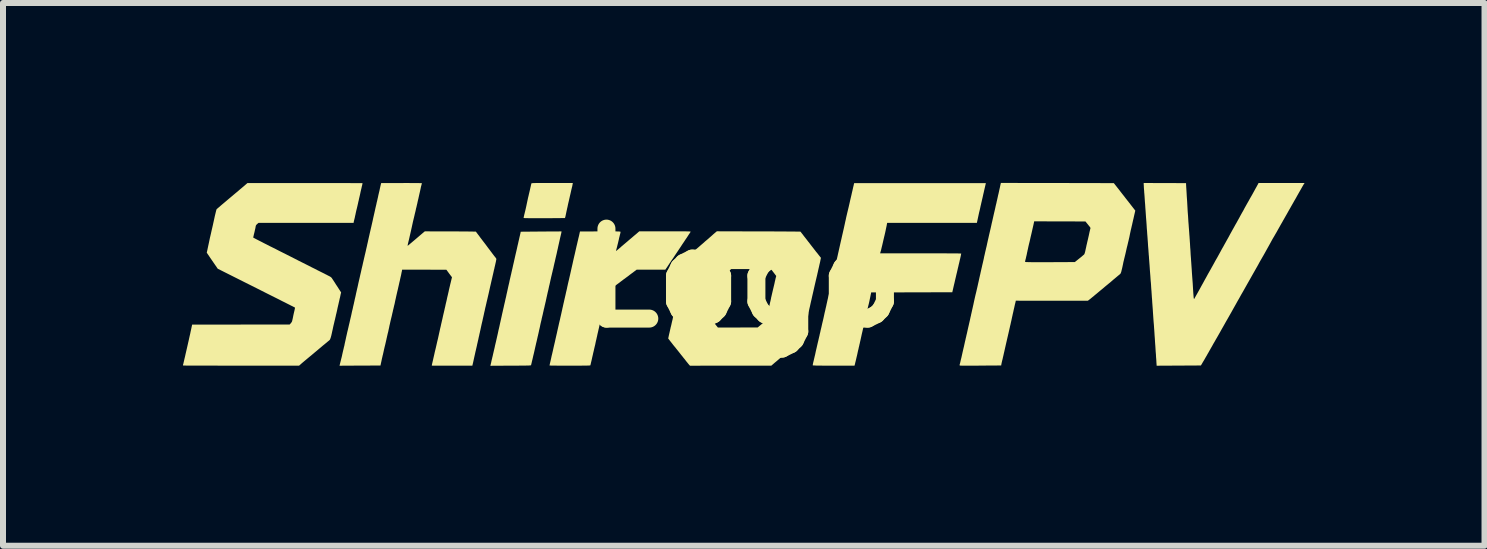
<source format=kicad_pcb>
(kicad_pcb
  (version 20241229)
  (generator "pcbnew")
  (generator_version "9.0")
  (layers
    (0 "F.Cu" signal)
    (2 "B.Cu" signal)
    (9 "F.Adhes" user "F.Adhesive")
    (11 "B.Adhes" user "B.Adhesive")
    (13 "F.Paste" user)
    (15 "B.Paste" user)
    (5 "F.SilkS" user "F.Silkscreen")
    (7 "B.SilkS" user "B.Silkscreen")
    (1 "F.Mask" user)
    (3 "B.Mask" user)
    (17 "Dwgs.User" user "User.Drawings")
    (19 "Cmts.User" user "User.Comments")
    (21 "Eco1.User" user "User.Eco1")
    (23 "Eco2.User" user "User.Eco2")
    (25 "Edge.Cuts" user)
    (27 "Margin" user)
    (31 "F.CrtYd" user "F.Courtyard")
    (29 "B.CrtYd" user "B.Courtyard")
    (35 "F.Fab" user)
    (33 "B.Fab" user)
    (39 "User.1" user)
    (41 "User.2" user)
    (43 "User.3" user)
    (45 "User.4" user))
  (footprint "Logo"
    (layer "F.Cu")
    (at 9.346 1.583)
    (property "Reference" "Logo" (at 0 0 0) (layer "F.SilkS") (effects (font (size 1.5 1.5) (thickness 0.3))))
    (attr board_only exclude_from_pos_files exclude_from_bom)
    (fp_poly (pts (xy -2.85 -1.562) (xy -2.853 -1.544) (xy -2.857 -1.524) (xy -2.86 -1.514) (xy -2.864 -1.497) (xy -2.87 -1.472) (xy -2.877 -1.441) (xy -2.885 -1.405) (xy -2.894 -1.367) (xy -2.903 -1.327) (xy -2.912 -1.287) (xy -2.921 -1.249) (xy -2.929 -1.214) (xy -2.935 -1.183) (xy -2.941 -1.159) (xy -2.944 -1.142) (xy -2.945 -1.14) (xy -2.955 -1.093) (xy -2.963 -1.055) (xy -2.969 -1.026) (xy -2.974 -1.008) (xy -2.978 -0.998) (xy -2.978 -0.998) (xy -2.984 -0.997) (xy -2.998 -0.997) (xy -3.02 -0.997) (xy -3.05 -0.997) (xy -3.087 -0.996) (xy -3.129 -0.996) (xy -3.176 -0.996) (xy -3.228 -0.995) (xy -3.283 -0.995) (xy -3.323 -0.995) (xy -3.396 -0.995) (xy -3.459 -0.995) (xy -3.513 -0.995) (xy -3.559 -0.995) (xy -3.596 -0.996) (xy -3.625 -0.996) (xy -3.646 -0.997) (xy -3.659 -0.998) (xy -3.665 -0.999) (xy -3.666 -0.999) (xy -3.666 -1.006) (xy -3.663 -1.02) (xy -3.659 -1.039) (xy -3.654 -1.062) (xy -3.653 -1.063) (xy -3.646 -1.093) (xy -3.638 -1.125) (xy -3.63 -1.16) (xy -3.621 -1.201) (xy -3.611 -1.249) (xy -3.604 -1.282) (xy -3.599 -1.305) (xy -3.593 -1.334) (xy -3.585 -1.366) (xy -3.578 -1.398) (xy -3.575 -1.409) (xy -3.568 -1.439) (xy -3.561 -1.469) (xy -3.555 -1.497) (xy -3.55 -1.519) (xy -3.548 -1.526) (xy -3.544 -1.546) (xy -3.54 -1.562) (xy -3.538 -1.572) (xy -3.538 -1.574) (xy -3.537 -1.575) (xy -3.534 -1.577) (xy -3.53 -1.578) (xy -3.524 -1.579) (xy -3.514 -1.58) (xy -3.5 -1.581) (xy -3.481 -1.581) (xy -3.457 -1.582) (xy -3.427 -1.582) (xy -3.391 -1.582) (xy -3.347 -1.582) (xy -3.295 -1.582) (xy -3.235 -1.582) (xy -3.191 -1.582) (xy -2.846 -1.582)) (stroke (width 0) (type solid)) (fill yes) (layer "F.SilkS"))
    (fp_poly (pts (xy -3.048 -0.775) (xy -3.036 -0.774) (xy -3.034 -0.774) (xy -3.034 -0.769) (xy -3.037 -0.758) (xy -3.04 -0.742) (xy -3.044 -0.727) (xy -3.048 -0.708) (xy -3.054 -0.683) (xy -3.061 -0.653) (xy -3.069 -0.616) (xy -3.079 -0.571) (xy -3.091 -0.518) (xy -3.096 -0.493) (xy -3.106 -0.451) (xy -3.115 -0.408) (xy -3.125 -0.366) (xy -3.134 -0.328) (xy -3.141 -0.296) (xy -3.145 -0.278) (xy -3.148 -0.265) (xy -3.153 -0.246) (xy -3.157 -0.227) (xy -3.161 -0.211) (xy -3.166 -0.187) (xy -3.172 -0.159) (xy -3.18 -0.129) (xy -3.184 -0.11) (xy -3.192 -0.077) (xy -3.2 -0.043) (xy -3.208 -0.01) (xy -3.214 0.018) (xy -3.217 0.029) (xy -3.222 0.053) (xy -3.227 0.076) (xy -3.231 0.093) (xy -3.233 0.103) (xy -3.236 0.116) (xy -3.241 0.135) (xy -3.245 0.154) (xy -3.25 0.177) (xy -3.255 0.201) (xy -3.259 0.217) (xy -3.263 0.233) (xy -3.268 0.255) (xy -3.274 0.282) (xy -3.28 0.31) (xy -3.282 0.317) (xy -3.289 0.351) (xy -3.295 0.377) (xy -3.299 0.397) (xy -3.303 0.412) (xy -3.306 0.425) (xy -3.308 0.437) (xy -3.312 0.45) (xy -3.315 0.465) (xy -3.316 0.469) (xy -3.322 0.496) (xy -3.33 0.527) (xy -3.336 0.556) (xy -3.338 0.564) (xy -3.343 0.586) (xy -3.349 0.614) (xy -3.357 0.646) (xy -3.365 0.679) (xy -3.369 0.701) (xy -3.378 0.737) (xy -3.387 0.776) (xy -3.395 0.816) (xy -3.403 0.852) (xy -3.407 0.867) (xy -3.413 0.896) (xy -3.419 0.924) (xy -3.425 0.949) (xy -3.429 0.968) (xy -3.431 0.974) (xy -3.434 0.988) (xy -3.439 1.01) (xy -3.445 1.037) (xy -3.452 1.067) (xy -3.46 1.099) (xy -3.46 1.101) (xy -3.471 1.148) (xy -3.48 1.188) (xy -3.488 1.224) (xy -3.496 1.259) (xy -3.505 1.295) (xy -3.514 1.335) (xy -3.521 1.365) (xy -3.528 1.392) (xy -3.533 1.416) (xy -3.538 1.435) (xy -3.541 1.448) (xy -3.542 1.452) (xy -3.542 1.454) (xy -3.544 1.456) (xy -3.547 1.457) (xy -3.552 1.458) (xy -3.561 1.459) (xy -3.573 1.46) (xy -3.59 1.461) (xy -3.612 1.461) (xy -3.639 1.462) (xy -3.673 1.462) (xy -3.714 1.462) (xy -3.762 1.463) (xy -3.82 1.463) (xy -3.882 1.463) (xy -4.221 1.465) (xy -4.218 1.454) (xy -4.216 1.445) (xy -4.212 1.428) (xy -4.207 1.408) (xy -4.205 1.397) (xy -4.2 1.374) (xy -4.195 1.354) (xy -4.191 1.338) (xy -4.19 1.333) (xy -4.188 1.323) (xy -4.183 1.305) (xy -4.178 1.281) (xy -4.172 1.255) (xy -4.168 1.238) (xy -4.16 1.204) (xy -4.151 1.166) (xy -4.143 1.128) (xy -4.135 1.095) (xy -4.134 1.089) (xy -4.129 1.07) (xy -4.123 1.043) (xy -4.115 1.008) (xy -4.106 0.968) (xy -4.096 0.924) (xy -4.086 0.876) (xy -4.074 0.826) (xy -4.063 0.776) (xy -4.063 0.774) (xy -4.052 0.726) (xy -4.042 0.68) (xy -4.032 0.636) (xy -4.024 0.598) (xy -4.016 0.564) (xy -4.01 0.536) (xy -4.005 0.516) (xy -4.003 0.504) (xy -4.002 0.503) (xy -3.996 0.475) (xy -3.988 0.439) (xy -3.978 0.397) (xy -3.968 0.351) (xy -3.956 0.301) (xy -3.954 0.288) (xy -3.941 0.231) (xy -3.929 0.176) (xy -3.918 0.126) (xy -3.907 0.08) (xy -3.899 0.04) (xy -3.891 0.006) (xy -3.885 -0.02) (xy -3.881 -0.038) (xy -3.88 -0.042) (xy -3.875 -0.062) (xy -3.869 -0.09) (xy -3.861 -0.125) (xy -3.852 -0.163) (xy -3.843 -0.205) (xy -3.833 -0.248) (xy -3.831 -0.256) (xy -3.815 -0.328) (xy -3.801 -0.39) (xy -3.788 -0.445) (xy -3.777 -0.493) (xy -3.768 -0.535) (xy -3.759 -0.572) (xy -3.752 -0.605) (xy -3.745 -0.634) (xy -3.741 -0.652) (xy -3.735 -0.679) (xy -3.729 -0.704) (xy -3.724 -0.727) (xy -3.72 -0.742) (xy -3.72 -0.743) (xy -3.715 -0.77) (xy -3.375 -0.773) (xy -3.318 -0.773) (xy -3.264 -0.774) (xy -3.214 -0.774) (xy -3.169 -0.774) (xy -3.129 -0.774) (xy -3.094 -0.774) (xy -3.067 -0.775)) (stroke (width 0) (type solid)) (fill yes) (layer "F.SilkS"))
    (fp_poly (pts (xy 4.037 -1.568) (xy 4.035 -1.559) (xy 4.031 -1.542) (xy 4.026 -1.52) (xy 4.02 -1.495) (xy 4.017 -1.482) (xy 4.01 -1.452) (xy 4.003 -1.42) (xy 3.996 -1.391) (xy 3.991 -1.367) (xy 3.99 -1.363) (xy 3.984 -1.336) (xy 3.977 -1.307) (xy 3.971 -1.28) (xy 3.97 -1.275) (xy 3.964 -1.251) (xy 3.958 -1.223) (xy 3.951 -1.194) (xy 3.948 -1.179) (xy 3.943 -1.156) (xy 3.938 -1.134) (xy 3.934 -1.117) (xy 3.932 -1.109) (xy 3.929 -1.098) (xy 3.925 -1.08) (xy 3.92 -1.057) (xy 3.914 -1.029) (xy 3.909 -1.005) (xy 3.89 -0.918) (xy 3.142 -0.918) (xy 2.394 -0.918) (xy 2.392 -0.905) (xy 2.389 -0.892) (xy 2.386 -0.873) (xy 2.381 -0.85) (xy 2.376 -0.826) (xy 2.371 -0.803) (xy 2.369 -0.791) (xy 2.366 -0.779) (xy 2.362 -0.759) (xy 2.356 -0.734) (xy 2.35 -0.707) (xy 2.347 -0.696) (xy 2.339 -0.662) (xy 2.33 -0.623) (xy 2.321 -0.584) (xy 2.313 -0.55) (xy 2.313 -0.549) (xy 2.306 -0.521) (xy 2.299 -0.492) (xy 2.293 -0.467) (xy 2.288 -0.448) (xy 2.286 -0.443) (xy 2.277 -0.41) (xy 2.953 -0.41) (xy 3.059 -0.41) (xy 3.155 -0.41) (xy 3.242 -0.41) (xy 3.319 -0.41) (xy 3.388 -0.409) (xy 3.447 -0.409) (xy 3.498 -0.409) (xy 3.54 -0.408) (xy 3.574 -0.408) (xy 3.6 -0.407) (xy 3.617 -0.406) (xy 3.627 -0.406) (xy 3.629 -0.405) (xy 3.627 -0.397) (xy 3.624 -0.38) (xy 3.619 -0.356) (xy 3.612 -0.325) (xy 3.603 -0.288) (xy 3.599 -0.269) (xy 3.593 -0.243) (xy 3.587 -0.22) (xy 3.583 -0.201) (xy 3.58 -0.188) (xy 3.58 -0.188) (xy 3.577 -0.176) (xy 3.572 -0.156) (xy 3.567 -0.133) (xy 3.561 -0.108) (xy 3.561 -0.107) (xy 3.556 -0.086) (xy 3.549 -0.058) (xy 3.541 -0.023) (xy 3.532 0.015) (xy 3.523 0.054) (xy 3.514 0.094) (xy 3.513 0.096) (xy 3.48 0.239) (xy 2.804 0.241) (xy 2.128 0.242) (xy 2.112 0.32) (xy 2.105 0.353) (xy 2.098 0.388) (xy 2.09 0.423) (xy 2.083 0.452) (xy 2.081 0.459) (xy 2.072 0.496) (xy 2.062 0.541) (xy 2.051 0.591) (xy 2.039 0.644) (xy 2.032 0.679) (xy 2.028 0.693) (xy 2.024 0.714) (xy 2.017 0.743) (xy 2.008 0.781) (xy 1.997 0.827) (xy 1.992 0.847) (xy 1.981 0.896) (xy 1.971 0.938) (xy 1.962 0.98) (xy 1.952 1.025) (xy 1.947 1.048) (xy 1.941 1.073) (xy 1.936 1.097) (xy 1.931 1.116) (xy 1.929 1.128) (xy 1.926 1.141) (xy 1.921 1.16) (xy 1.916 1.185) (xy 1.909 1.212) (xy 1.906 1.226) (xy 1.894 1.282) (xy 1.882 1.332) (xy 1.872 1.376) (xy 1.863 1.411) (xy 1.858 1.434) (xy 1.85 1.463) (xy 1.501 1.463) (xy 1.434 1.463) (xy 1.376 1.463) (xy 1.326 1.463) (xy 1.284 1.462) (xy 1.249 1.462) (xy 1.221 1.462) (xy 1.199 1.461) (xy 1.182 1.46) (xy 1.169 1.46) (xy 1.161 1.459) (xy 1.156 1.458) (xy 1.153 1.456) (xy 1.153 1.455) (xy 1.154 1.448) (xy 1.157 1.433) (xy 1.161 1.413) (xy 1.167 1.389) (xy 1.17 1.377) (xy 1.176 1.35) (xy 1.182 1.325) (xy 1.187 1.303) (xy 1.191 1.288) (xy 1.192 1.284) (xy 1.198 1.256) (xy 1.206 1.218) (xy 1.217 1.171) (xy 1.23 1.114) (xy 1.238 1.079) (xy 1.246 1.047) (xy 1.253 1.015) (xy 1.26 0.986) (xy 1.266 0.961) (xy 1.269 0.945) (xy 1.273 0.928) (xy 1.279 0.904) (xy 1.285 0.875) (xy 1.293 0.842) (xy 1.301 0.808) (xy 1.303 0.798) (xy 1.312 0.758) (xy 1.323 0.713) (xy 1.334 0.665) (xy 1.344 0.619) (xy 1.352 0.581) (xy 1.361 0.545) (xy 1.369 0.507) (xy 1.378 0.47) (xy 1.385 0.436) (xy 1.391 0.41) (xy 1.392 0.405) (xy 1.398 0.377) (xy 1.406 0.343) (xy 1.414 0.306) (xy 1.423 0.27) (xy 1.427 0.252) (xy 1.435 0.215) (xy 1.444 0.173) (xy 1.454 0.131) (xy 1.463 0.092) (xy 1.466 0.078) (xy 1.473 0.048) (xy 1.48 0.019) (xy 1.486 -0.007) (xy 1.49 -0.027) (xy 1.492 -0.037) (xy 1.496 -0.051) (xy 1.5 -0.072) (xy 1.506 -0.099) (xy 1.513 -0.129) (xy 1.521 -0.161) (xy 1.521 -0.164) (xy 1.529 -0.196) (xy 1.538 -0.235) (xy 1.547 -0.279) (xy 1.558 -0.324) (xy 1.568 -0.368) (xy 1.575 -0.4) (xy 1.585 -0.444) (xy 1.596 -0.493) (xy 1.608 -0.547) (xy 1.62 -0.6) (xy 1.632 -0.652) (xy 1.641 -0.693) (xy 1.651 -0.736) (xy 1.661 -0.78) (xy 1.671 -0.824) (xy 1.68 -0.865) (xy 1.688 -0.901) (xy 1.694 -0.93) (xy 1.695 -0.935) (xy 1.703 -0.968) (xy 1.71 -1.003) (xy 1.718 -1.038) (xy 1.725 -1.067) (xy 1.728 -1.081) (xy 1.739 -1.126) (xy 1.752 -1.18) (xy 1.766 -1.241) (xy 1.781 -1.308) (xy 1.798 -1.38) (xy 1.807 -1.421) (xy 1.815 -1.454) (xy 1.822 -1.485) (xy 1.828 -1.513) (xy 1.834 -1.536) (xy 1.837 -1.551) (xy 1.838 -1.555) (xy 1.844 -1.58) (xy 2.942 -1.58) (xy 4.04 -1.58)) (stroke (width 0) (type solid)) (fill yes) (layer "F.SilkS"))
    (fp_poly (pts (xy -1.063 -0.776) (xy -1.021 -0.776) (xy -0.987 -0.776) (xy -0.958 -0.776) (xy -0.935 -0.775) (xy -0.917 -0.775) (xy -0.904 -0.774) (xy -0.894 -0.774) (xy -0.888 -0.773) (xy -0.885 -0.772) (xy -0.883 -0.77) (xy -0.883 -0.769) (xy -0.883 -0.768) (xy -0.887 -0.761) (xy -0.896 -0.747) (xy -0.91 -0.727) (xy -0.926 -0.702) (xy -0.946 -0.671) (xy -0.969 -0.638) (xy -0.993 -0.601) (xy -1.019 -0.563) (xy -1.045 -0.523) (xy -1.071 -0.484) (xy -1.097 -0.445) (xy -1.122 -0.408) (xy -1.145 -0.374) (xy -1.149 -0.368) (xy -1.171 -0.334) (xy -1.195 -0.3) (xy -1.217 -0.267) (xy -1.237 -0.237) (xy -1.254 -0.211) (xy -1.266 -0.193) (xy -1.304 -0.137) (xy -1.543 -0.137) (xy -1.782 -0.137) (xy -1.869 -0.072) (xy -1.9 -0.049) (xy -1.932 -0.024) (xy -1.965 0.000071) (xy -1.995 0.022) (xy -2.019 0.04) (xy -2.019 0.041) (xy -2.043 0.058) (xy -2.071 0.08) (xy -2.104 0.104) (xy -2.137 0.129) (xy -2.169 0.153) (xy -2.178 0.16) (xy -2.208 0.183) (xy -2.231 0.2) (xy -2.248 0.214) (xy -2.26 0.224) (xy -2.268 0.233) (xy -2.273 0.24) (xy -2.276 0.246) (xy -2.279 0.253) (xy -2.279 0.254) (xy -2.283 0.272) (xy -2.29 0.298) (xy -2.298 0.332) (xy -2.307 0.371) (xy -2.317 0.414) (xy -2.327 0.461) (xy -2.338 0.51) (xy -2.349 0.559) (xy -2.355 0.586) (xy -2.358 0.6) (xy -2.361 0.614) (xy -2.364 0.629) (xy -2.368 0.646) (xy -2.373 0.668) (xy -2.38 0.696) (xy -2.388 0.73) (xy -2.395 0.763) (xy -2.403 0.797) (xy -2.41 0.83) (xy -2.417 0.858) (xy -2.42 0.872) (xy -2.426 0.899) (xy -2.433 0.928) (xy -2.439 0.955) (xy -2.441 0.967) (xy -2.447 0.991) (xy -2.453 1.02) (xy -2.46 1.049) (xy -2.462 1.057) (xy -2.467 1.081) (xy -2.473 1.111) (xy -2.481 1.143) (xy -2.488 1.173) (xy -2.489 1.177) (xy -2.495 1.205) (xy -2.502 1.234) (xy -2.508 1.259) (xy -2.512 1.279) (xy -2.513 1.282) (xy -2.517 1.3) (xy -2.523 1.325) (xy -2.529 1.353) (xy -2.535 1.38) (xy -2.541 1.404) (xy -2.546 1.426) (xy -2.55 1.442) (xy -2.552 1.452) (xy -2.552 1.453) (xy -2.552 1.455) (xy -2.554 1.456) (xy -2.556 1.458) (xy -2.561 1.459) (xy -2.569 1.46) (xy -2.58 1.461) (xy -2.595 1.461) (xy -2.615 1.462) (xy -2.641 1.462) (xy -2.672 1.462) (xy -2.711 1.463) (xy -2.757 1.463) (xy -2.811 1.463) (xy -2.874 1.463) (xy -2.893 1.463) (xy -2.95 1.463) (xy -3.004 1.463) (xy -3.054 1.463) (xy -3.099 1.463) (xy -3.139 1.462) (xy -3.173 1.462) (xy -3.201 1.462) (xy -3.22 1.461) (xy -3.231 1.461) (xy -3.234 1.46) (xy -3.233 1.454) (xy -3.233 1.453) (xy -3.23 1.437) (xy -3.226 1.419) (xy -3.221 1.398) (xy -3.215 1.372) (xy -3.208 1.341) (xy -3.2 1.303) (xy -3.189 1.258) (xy -3.177 1.206) (xy -3.167 1.16) (xy -3.156 1.113) (xy -3.145 1.066) (xy -3.135 1.021) (xy -3.126 0.981) (xy -3.118 0.946) (xy -3.113 0.925) (xy -3.106 0.892) (xy -3.097 0.852) (xy -3.087 0.808) (xy -3.077 0.763) (xy -3.067 0.72) (xy -3.061 0.696) (xy -3.053 0.658) (xy -3.044 0.62) (xy -3.036 0.584) (xy -3.029 0.552) (xy -3.023 0.526) (xy -3.02 0.51) (xy -3.013 0.481) (xy -3.006 0.448) (xy -2.999 0.417) (xy -2.996 0.405) (xy -2.987 0.364) (xy -2.977 0.321) (xy -2.967 0.278) (xy -2.958 0.236) (xy -2.949 0.199) (xy -2.942 0.168) (xy -2.94 0.156) (xy -2.934 0.13) (xy -2.928 0.102) (xy -2.922 0.076) (xy -2.921 0.071) (xy -2.916 0.051) (xy -2.909 0.022) (xy -2.901 -0.014) (xy -2.891 -0.057) (xy -2.88 -0.106) (xy -2.868 -0.16) (xy -2.855 -0.217) (xy -2.852 -0.23) (xy -2.845 -0.262) (xy -2.837 -0.298) (xy -2.829 -0.333) (xy -2.823 -0.359) (xy -2.816 -0.388) (xy -2.808 -0.423) (xy -2.8 -0.459) (xy -2.792 -0.493) (xy -2.791 -0.498) (xy -2.784 -0.529) (xy -2.776 -0.562) (xy -2.769 -0.593) (xy -2.763 -0.619) (xy -2.761 -0.625) (xy -2.755 -0.654) (xy -2.747 -0.685) (xy -2.74 -0.715) (xy -2.738 -0.725) (xy -2.727 -0.774) (xy -2.389 -0.775) (xy -2.323 -0.775) (xy -2.267 -0.775) (xy -2.219 -0.775) (xy -2.178 -0.775) (xy -2.145 -0.775) (xy -2.118 -0.775) (xy -2.097 -0.774) (xy -2.081 -0.774) (xy -2.069 -0.773) (xy -2.061 -0.772) (xy -2.056 -0.771) (xy -2.053 -0.77) (xy -2.051 -0.768) (xy -2.051 -0.766) (xy -2.051 -0.766) (xy -2.052 -0.757) (xy -2.055 -0.741) (xy -2.058 -0.729) (xy -2.062 -0.715) (xy -2.067 -0.693) (xy -2.074 -0.667) (xy -2.08 -0.637) (xy -2.085 -0.617) (xy -2.092 -0.586) (xy -2.1 -0.555) (xy -2.107 -0.526) (xy -2.113 -0.502) (xy -2.116 -0.492) (xy -2.121 -0.473) (xy -2.124 -0.459) (xy -2.125 -0.45) (xy -2.124 -0.449) (xy -2.119 -0.452) (xy -2.109 -0.461) (xy -2.093 -0.474) (xy -2.074 -0.49) (xy -2.057 -0.504) (xy -2.032 -0.527) (xy -2.001 -0.553) (xy -1.969 -0.58) (xy -1.938 -0.606) (xy -1.922 -0.62) (xy -1.894 -0.644) (xy -1.864 -0.669) (xy -1.835 -0.694) (xy -1.809 -0.716) (xy -1.794 -0.728) (xy -1.739 -0.776) (xy -1.309 -0.776) (xy -1.234 -0.776) (xy -1.169 -0.776) (xy -1.112 -0.776)) (stroke (width 0) (type solid)) (fill yes) (layer "F.SilkS"))
    (fp_poly (pts (xy -7.124 -1.581) (xy -7.034 -1.581) (xy -6.947 -1.581) (xy -6.864 -1.581) (xy -6.786 -1.581) (xy -6.713 -1.581) (xy -6.645 -1.581) (xy -6.583 -1.581) (xy -6.527 -1.58) (xy -6.479 -1.58) (xy -6.437 -1.58) (xy -6.403 -1.58) (xy -6.378 -1.58) (xy -6.361 -1.58) (xy -6.354 -1.58) (xy -6.353 -1.58) (xy -6.353 -1.574) (xy -6.355 -1.562) (xy -6.359 -1.545) (xy -6.359 -1.542) (xy -6.364 -1.525) (xy -6.369 -1.5) (xy -6.376 -1.472) (xy -6.383 -1.442) (xy -6.386 -1.428) (xy -6.393 -1.394) (xy -6.402 -1.355) (xy -6.411 -1.317) (xy -6.418 -1.283) (xy -6.42 -1.277) (xy -6.427 -1.245) (xy -6.435 -1.209) (xy -6.443 -1.175) (xy -6.45 -1.146) (xy -6.451 -1.143) (xy -6.458 -1.114) (xy -6.465 -1.082) (xy -6.471 -1.052) (xy -6.476 -1.033) (xy -6.48 -1.011) (xy -6.485 -0.99) (xy -6.489 -0.975) (xy -6.49 -0.969) (xy -6.494 -0.954) (xy -6.498 -0.937) (xy -6.498 -0.936) (xy -6.501 -0.918) (xy -7.293 -0.918) (xy -8.085 -0.918) (xy -8.108 -0.899) (xy -8.121 -0.886) (xy -8.129 -0.875) (xy -8.133 -0.862) (xy -8.134 -0.856) (xy -8.136 -0.843) (xy -8.14 -0.823) (xy -8.146 -0.798) (xy -8.152 -0.77) (xy -8.156 -0.753) (xy -8.163 -0.726) (xy -8.168 -0.703) (xy -8.172 -0.686) (xy -8.174 -0.675) (xy -8.174 -0.672) (xy -8.169 -0.669) (xy -8.155 -0.662) (xy -8.135 -0.651) (xy -8.108 -0.637) (xy -8.075 -0.62) (xy -8.037 -0.601) (xy -7.995 -0.579) (xy -7.949 -0.556) (xy -7.901 -0.531) (xy -7.85 -0.506) (xy -7.798 -0.48) (xy -7.746 -0.453) (xy -7.726 -0.443) (xy -7.67 -0.415) (xy -7.608 -0.384) (xy -7.543 -0.351) (xy -7.476 -0.317) (xy -7.41 -0.283) (xy -7.346 -0.251) (xy -7.288 -0.222) (xy -7.242 -0.199) (xy -7.196 -0.175) (xy -7.149 -0.152) (xy -7.105 -0.129) (xy -7.063 -0.108) (xy -7.025 -0.089) (xy -6.992 -0.073) (xy -6.966 -0.059) (xy -6.947 -0.05) (xy -6.944 -0.048) (xy -6.917 -0.034) (xy -6.897 -0.024) (xy -6.883 -0.015) (xy -6.873 -0.007) (xy -6.866 0.001) (xy -6.862 0.006) (xy -6.856 0.016) (xy -6.845 0.032) (xy -6.83 0.055) (xy -6.813 0.081) (xy -6.795 0.11) (xy -6.779 0.134) (xy -6.709 0.242) (xy -6.718 0.278) (xy -6.722 0.299) (xy -6.726 0.318) (xy -6.729 0.332) (xy -6.73 0.332) (xy -6.732 0.342) (xy -6.736 0.359) (xy -6.741 0.383) (xy -6.748 0.412) (xy -6.755 0.444) (xy -6.761 0.469) (xy -6.769 0.504) (xy -6.776 0.538) (xy -6.783 0.569) (xy -6.789 0.595) (xy -6.794 0.614) (xy -6.796 0.623) (xy -6.799 0.639) (xy -6.805 0.663) (xy -6.811 0.691) (xy -6.819 0.721) (xy -6.823 0.74) (xy -6.831 0.773) (xy -6.839 0.807) (xy -6.846 0.84) (xy -6.852 0.869) (xy -6.855 0.88) (xy -6.865 0.927) (xy -6.874 0.966) (xy -6.883 0.997) (xy -6.891 1.019) (xy -6.898 1.033) (xy -6.9 1.035) (xy -6.915 1.048) (xy -6.936 1.065) (xy -6.96 1.085) (xy -6.985 1.106) (xy -7.01 1.126) (xy -7.03 1.143) (xy -7.051 1.161) (xy -7.079 1.184) (xy -7.113 1.213) (xy -7.154 1.247) (xy -7.199 1.285) (xy -7.25 1.327) (xy -7.305 1.373) (xy -7.316 1.382) (xy -7.336 1.399) (xy -7.354 1.414) (xy -7.368 1.426) (xy -7.377 1.434) (xy -7.379 1.436) (xy -7.384 1.44) (xy -7.393 1.449) (xy -7.396 1.45) (xy -7.409 1.463) (xy -8.367 1.463) (xy -8.464 1.463) (xy -8.557 1.463) (xy -8.648 1.463) (xy -8.735 1.463) (xy -8.818 1.462) (xy -8.897 1.462) (xy -8.971 1.462) (xy -9.039 1.462) (xy -9.102 1.462) (xy -9.158 1.462) (xy -9.207 1.462) (xy -9.25 1.462) (xy -9.284 1.462) (xy -9.31 1.461) (xy -9.328 1.461) (xy -9.336 1.461) (xy -9.337 1.461) (xy -9.345 1.458) (xy -9.346 1.453) (xy -9.344 1.446) (xy -9.339 1.43) (xy -9.334 1.407) (xy -9.327 1.378) (xy -9.32 1.346) (xy -9.311 1.31) (xy -9.303 1.273) (xy -9.296 1.243) (xy -9.288 1.208) (xy -9.279 1.169) (xy -9.27 1.129) (xy -9.262 1.094) (xy -9.261 1.089) (xy -9.254 1.059) (xy -9.247 1.028) (xy -9.241 1) (xy -9.236 0.978) (xy -9.235 0.972) (xy -9.23 0.952) (xy -9.224 0.925) (xy -9.218 0.895) (xy -9.211 0.864) (xy -9.209 0.855) (xy -9.193 0.779) (xy -8.38 0.778) (xy -7.567 0.777) (xy -7.547 0.755) (xy -7.538 0.743) (xy -7.531 0.733) (xy -7.526 0.72) (xy -7.522 0.703) (xy -7.517 0.682) (xy -7.512 0.658) (xy -7.506 0.627) (xy -7.499 0.595) (xy -7.492 0.565) (xy -7.492 0.565) (xy -7.486 0.54) (xy -7.482 0.52) (xy -7.479 0.504) (xy -7.478 0.496) (xy -7.478 0.495) (xy -7.481 0.493) (xy -7.488 0.49) (xy -7.501 0.483) (xy -7.518 0.474) (xy -7.541 0.463) (xy -7.57 0.448) (xy -7.604 0.431) (xy -7.645 0.41) (xy -7.692 0.387) (xy -7.746 0.359) (xy -7.806 0.329) (xy -7.874 0.295) (xy -7.95 0.257) (xy -8.033 0.215) (xy -8.124 0.169) (xy -8.224 0.119) (xy -8.33 0.066) (xy -8.766 -0.153) (xy -8.817 -0.227) (xy -8.837 -0.256) (xy -8.859 -0.288) (xy -8.881 -0.32) (xy -8.9 -0.348) (xy -8.908 -0.36) (xy -8.949 -0.42) (xy -8.938 -0.47) (xy -8.926 -0.527) (xy -8.912 -0.592) (xy -8.897 -0.664) (xy -8.879 -0.741) (xy -8.876 -0.755) (xy -8.869 -0.786) (xy -8.86 -0.825) (xy -8.85 -0.868) (xy -8.84 -0.914) (xy -8.83 -0.959) (xy -8.822 -0.996) (xy -8.814 -1.033) (xy -8.806 -1.066) (xy -8.799 -1.095) (xy -8.793 -1.119) (xy -8.788 -1.136) (xy -8.785 -1.145) (xy -8.784 -1.146) (xy -8.777 -1.152) (xy -8.762 -1.165) (xy -8.743 -1.181) (xy -8.719 -1.202) (xy -8.691 -1.226) (xy -8.661 -1.251) (xy -8.629 -1.278) (xy -8.596 -1.306) (xy -8.564 -1.333) (xy -8.533 -1.359) (xy -8.505 -1.383) (xy -8.502 -1.385) (xy -8.47 -1.412) (xy -8.437 -1.439) (xy -8.405 -1.467) (xy -8.375 -1.492) (xy -8.349 -1.514) (xy -8.331 -1.529) (xy -8.271 -1.581) (xy -7.313 -1.581) (xy -7.217 -1.581)) (stroke (width 0) (type solid)) (fill yes) (layer "F.SilkS"))
    (fp_poly (pts (xy 0.251 -0.775) (xy 0.333 -0.775) (xy 0.412 -0.775) (xy 0.488 -0.775) (xy 0.56 -0.774) (xy 0.627 -0.774) (xy 0.69 -0.774) (xy 0.747 -0.773) (xy 0.798 -0.773) (xy 0.843 -0.773) (xy 0.881 -0.772) (xy 0.911 -0.772) (xy 0.932 -0.772) (xy 0.945 -0.771) (xy 0.949 -0.771) (xy 0.953 -0.767) (xy 0.961 -0.756) (xy 0.968 -0.747) (xy 0.975 -0.738) (xy 0.988 -0.722) (xy 1.004 -0.7) (xy 1.024 -0.675) (xy 1.046 -0.647) (xy 1.069 -0.617) (xy 1.074 -0.61) (xy 1.098 -0.58) (xy 1.12 -0.551) (xy 1.141 -0.524) (xy 1.159 -0.501) (xy 1.173 -0.483) (xy 1.182 -0.471) (xy 1.184 -0.469) (xy 1.194 -0.456) (xy 1.209 -0.436) (xy 1.227 -0.415) (xy 1.245 -0.392) (xy 1.247 -0.389) (xy 1.29 -0.335) (xy 1.282 -0.296) (xy 1.278 -0.275) (xy 1.272 -0.248) (xy 1.265 -0.219) (xy 1.26 -0.195) (xy 1.253 -0.165) (xy 1.245 -0.131) (xy 1.238 -0.098) (xy 1.233 -0.078) (xy 1.227 -0.049) (xy 1.219 -0.016) (xy 1.211 0.018) (xy 1.206 0.039) (xy 1.191 0.103) (xy 1.175 0.173) (xy 1.159 0.244) (xy 1.143 0.313) (xy 1.133 0.359) (xy 1.125 0.392) (xy 1.116 0.432) (xy 1.107 0.474) (xy 1.097 0.516) (xy 1.089 0.554) (xy 1.081 0.589) (xy 1.073 0.623) (xy 1.066 0.654) (xy 1.06 0.681) (xy 1.055 0.702) (xy 1.054 0.706) (xy 1.048 0.732) (xy 1.042 0.762) (xy 1.036 0.788) (xy 1.035 0.791) (xy 1.031 0.809) (xy 1.027 0.824) (xy 1.024 0.839) (xy 1.02 0.855) (xy 1.015 0.875) (xy 1.01 0.901) (xy 1.006 0.918) (xy 1.001 0.94) (xy 0.996 0.961) (xy 0.992 0.977) (xy 0.991 0.982) (xy 0.987 0.997) (xy 0.984 1.011) (xy 0.984 1.012) (xy 0.979 1.022) (xy 0.965 1.037) (xy 0.943 1.057) (xy 0.936 1.063) (xy 0.915 1.081) (xy 0.889 1.103) (xy 0.862 1.126) (xy 0.836 1.147) (xy 0.832 1.151) (xy 0.813 1.167) (xy 0.788 1.189) (xy 0.758 1.213) (xy 0.726 1.24) (xy 0.693 1.268) (xy 0.661 1.295) (xy 0.659 1.297) (xy 0.628 1.323) (xy 0.598 1.348) (xy 0.569 1.373) (xy 0.543 1.395) (xy 0.521 1.413) (xy 0.506 1.426) (xy 0.504 1.428) (xy 0.463 1.463) (xy -0.215 1.463) (xy -0.893 1.464) (xy -0.905 1.451) (xy -0.911 1.444) (xy -0.922 1.431) (xy -0.938 1.411) (xy -0.957 1.388) (xy -0.978 1.36) (xy -1.002 1.331) (xy -1.015 1.314) (xy -1.041 1.282) (xy -1.066 1.25) (xy -1.089 1.221) (xy -1.109 1.196) (xy -1.126 1.175) (xy -1.138 1.159) (xy -1.142 1.155) (xy -1.156 1.138) (xy -1.174 1.116) (xy -1.193 1.091) (xy -1.212 1.067) (xy -1.213 1.066) (xy -1.256 1.01) (xy -1.246 0.963) (xy -1.241 0.94) (xy -1.236 0.919) (xy -1.232 0.902) (xy -1.231 0.896) (xy -1.227 0.88) (xy -1.223 0.86) (xy -1.22 0.85) (xy -1.217 0.833) (xy -1.211 0.81) (xy -1.205 0.786) (xy -1.203 0.777) (xy -1.197 0.749) (xy -1.19 0.719) (xy -1.189 0.715) (xy -0.513 0.715) (xy -0.51 0.721) (xy -0.502 0.733) (xy -0.49 0.75) (xy -0.475 0.769) (xy -0.47 0.775) (xy -0.427 0.828) (xy -0.095 0.827) (xy 0.236 0.826) (xy 0.306 0.768) (xy 0.375 0.709) (xy 0.385 0.663) (xy 0.391 0.641) (xy 0.396 0.62) (xy 0.399 0.603) (xy 0.401 0.598) (xy 0.404 0.585) (xy 0.408 0.565) (xy 0.414 0.538) (xy 0.421 0.508) (xy 0.428 0.476) (xy 0.435 0.444) (xy 0.442 0.412) (xy 0.449 0.384) (xy 0.454 0.36) (xy 0.458 0.342) (xy 0.459 0.333) (xy 0.462 0.32) (xy 0.467 0.3) (xy 0.472 0.277) (xy 0.476 0.26) (xy 0.486 0.217) (xy 0.496 0.175) (xy 0.505 0.137) (xy 0.513 0.104) (xy 0.518 0.081) (xy 0.522 0.061) (xy 0.528 0.037) (xy 0.533 0.013) (xy 0.534 0.009) (xy 0.545 -0.032) (xy 0.501 -0.09) (xy 0.457 -0.147) (xy 0.125 -0.147) (xy -0.206 -0.147) (xy -0.25 -0.109) (xy -0.27 -0.091) (xy -0.291 -0.074) (xy -0.309 -0.059) (xy -0.32 -0.05) (xy -0.334 -0.038) (xy -0.343 -0.028) (xy -0.348 -0.015) (xy -0.351 -0.001) (xy -0.355 0.019) (xy -0.362 0.047) (xy -0.369 0.08) (xy -0.377 0.117) (xy -0.386 0.156) (xy -0.395 0.194) (xy -0.403 0.23) (xy -0.41 0.262) (xy -0.416 0.285) (xy -0.422 0.313) (xy -0.428 0.34) (xy -0.434 0.365) (xy -0.437 0.383) (xy -0.442 0.405) (xy -0.448 0.432) (xy -0.454 0.457) (xy -0.454 0.459) (xy -0.46 0.482) (xy -0.465 0.506) (xy -0.469 0.525) (xy -0.469 0.527) (xy -0.472 0.542) (xy -0.477 0.563) (xy -0.483 0.589) (xy -0.49 0.617) (xy -0.494 0.631) (xy -0.5 0.658) (xy -0.506 0.681) (xy -0.51 0.7) (xy -0.512 0.712) (xy -0.513 0.715) (xy -1.189 0.715) (xy -1.183 0.692) (xy -1.182 0.686) (xy -1.178 0.665) (xy -1.171 0.637) (xy -1.164 0.603) (xy -1.155 0.565) (xy -1.146 0.523) (xy -1.137 0.48) (xy -1.127 0.436) (xy -1.117 0.393) (xy -1.108 0.351) (xy -1.099 0.314) (xy -1.092 0.28) (xy -1.086 0.253) (xy -1.081 0.233) (xy -1.079 0.225) (xy -1.075 0.206) (xy -1.069 0.181) (xy -1.062 0.151) (xy -1.054 0.119) (xy -1.047 0.088) (xy -1.04 0.057) (xy -1.033 0.026) (xy -1.027 -0.001) (xy -1.022 -0.022) (xy -1.018 -0.036) (xy -1.018 -0.037) (xy -1.015 -0.052) (xy -1.01 -0.074) (xy -1.004 -0.101) (xy -0.998 -0.129) (xy -0.994 -0.144) (xy -0.987 -0.176) (xy -0.98 -0.211) (xy -0.973 -0.245) (xy -0.967 -0.273) (xy -0.965 -0.28) (xy -0.96 -0.305) (xy -0.956 -0.322) (xy -0.952 -0.334) (xy -0.947 -0.342) (xy -0.941 -0.348) (xy -0.938 -0.351) (xy -0.929 -0.358) (xy -0.914 -0.37) (xy -0.895 -0.386) (xy -0.874 -0.405) (xy -0.857 -0.42) (xy -0.837 -0.437) (xy -0.811 -0.46) (xy -0.78 -0.487) (xy -0.747 -0.515) (xy -0.713 -0.545) (xy -0.679 -0.574) (xy -0.671 -0.581) (xy -0.641 -0.608) (xy -0.611 -0.633) (xy -0.584 -0.656) (xy -0.561 -0.677) (xy -0.542 -0.693) (xy -0.529 -0.705) (xy -0.525 -0.708) (xy -0.508 -0.724) (xy -0.488 -0.741) (xy -0.473 -0.754) (xy -0.445 -0.777)) (stroke (width 0) (type solid)) (fill yes) (layer "F.SilkS"))
    (fp_poly (pts (xy 7.024 -1.581) (xy 7.377 -1.58) (xy 7.378 -1.548) (xy 7.379 -1.534) (xy 7.38 -1.512) (xy 7.382 -1.484) (xy 7.384 -1.452) (xy 7.386 -1.418) (xy 7.387 -1.402) (xy 7.389 -1.363) (xy 7.392 -1.321) (xy 7.395 -1.279) (xy 7.397 -1.241) (xy 7.399 -1.208) (xy 7.399 -1.204) (xy 7.401 -1.171) (xy 7.403 -1.131) (xy 7.406 -1.086) (xy 7.41 -1.037) (xy 7.413 -0.987) (xy 7.416 -0.937) (xy 7.42 -0.889) (xy 7.423 -0.846) (xy 7.426 -0.809) (xy 7.428 -0.781) (xy 7.43 -0.756) (xy 7.432 -0.724) (xy 7.435 -0.689) (xy 7.437 -0.655) (xy 7.438 -0.645) (xy 7.44 -0.61) (xy 7.443 -0.571) (xy 7.445 -0.532) (xy 7.447 -0.497) (xy 7.448 -0.491) (xy 7.45 -0.463) (xy 7.452 -0.428) (xy 7.454 -0.389) (xy 7.457 -0.349) (xy 7.46 -0.311) (xy 7.46 -0.305) (xy 7.463 -0.265) (xy 7.466 -0.222) (xy 7.469 -0.178) (xy 7.472 -0.136) (xy 7.474 -0.101) (xy 7.474 -0.1) (xy 7.481 -0.002) (xy 7.488 0.088) (xy 7.493 0.173) (xy 7.498 0.254) (xy 7.501 0.29) (xy 7.503 0.317) (xy 7.505 0.336) (xy 7.508 0.347) (xy 7.51 0.35) (xy 7.515 0.349) (xy 7.516 0.347) (xy 7.518 0.341) (xy 7.525 0.329) (xy 7.534 0.313) (xy 7.537 0.307) (xy 7.549 0.286) (xy 7.565 0.258) (xy 7.585 0.222) (xy 7.608 0.181) (xy 7.634 0.133) (xy 7.663 0.081) (xy 7.683 0.044) (xy 7.702 0.01) (xy 7.718 -0.019) (xy 7.731 -0.043) (xy 7.744 -0.067) (xy 7.758 -0.091) (xy 7.773 -0.118) (xy 7.792 -0.151) (xy 7.806 -0.177) (xy 7.824 -0.209) (xy 7.844 -0.245) (xy 7.864 -0.282) (xy 7.884 -0.317) (xy 7.89 -0.327) (xy 7.91 -0.363) (xy 7.932 -0.403) (xy 7.954 -0.443) (xy 7.975 -0.482) (xy 7.994 -0.515) (xy 7.997 -0.52) (xy 8.016 -0.555) (xy 8.038 -0.594) (xy 8.06 -0.634) (xy 8.081 -0.671) (xy 8.093 -0.693) (xy 8.11 -0.725) (xy 8.13 -0.761) (xy 8.152 -0.801) (xy 8.174 -0.84) (xy 8.194 -0.876) (xy 8.197 -0.882) (xy 8.218 -0.918) (xy 8.241 -0.96) (xy 8.265 -1.003) (xy 8.287 -1.044) (xy 8.307 -1.08) (xy 8.308 -1.082) (xy 8.329 -1.118) (xy 8.351 -1.16) (xy 8.375 -1.203) (xy 8.398 -1.244) (xy 8.417 -1.277) (xy 8.443 -1.324) (xy 8.469 -1.369) (xy 8.493 -1.412) (xy 8.515 -1.452) (xy 8.534 -1.487) (xy 8.551 -1.517) (xy 8.564 -1.541) (xy 8.574 -1.559) (xy 8.579 -1.568) (xy 8.579 -1.569) (xy 8.586 -1.582) (xy 8.97 -1.582) (xy 9.353 -1.582) (xy 9.345 -1.569) (xy 9.339 -1.561) (xy 9.33 -1.545) (xy 9.318 -1.525) (xy 9.304 -1.5) (xy 9.289 -1.473) (xy 9.287 -1.47) (xy 9.271 -1.442) (xy 9.251 -1.407) (xy 9.229 -1.368) (xy 9.207 -1.328) (xy 9.184 -1.289) (xy 9.169 -1.262) (xy 9.149 -1.227) (xy 9.129 -1.192) (xy 9.11 -1.158) (xy 9.092 -1.127) (xy 9.078 -1.102) (xy 9.068 -1.084) (xy 9.054 -1.059) (xy 9.036 -1.028) (xy 9.018 -0.996) (xy 9.001 -0.966) (xy 8.997 -0.96) (xy 8.983 -0.934) (xy 8.965 -0.903) (xy 8.945 -0.868) (xy 8.925 -0.832) (xy 8.905 -0.797) (xy 8.901 -0.789) (xy 8.884 -0.759) (xy 8.868 -0.732) (xy 8.855 -0.709) (xy 8.844 -0.69) (xy 8.837 -0.678) (xy 8.834 -0.674) (xy 8.829 -0.665) (xy 8.82 -0.65) (xy 8.809 -0.63) (xy 8.797 -0.608) (xy 8.797 -0.608) (xy 8.767 -0.553) (xy 8.739 -0.503) (xy 8.714 -0.458) (xy 8.689 -0.413) (xy 8.663 -0.367) (xy 8.654 -0.352) (xy 8.637 -0.322) (xy 8.617 -0.288) (xy 8.598 -0.254) (xy 8.582 -0.224) (xy 8.581 -0.222) (xy 8.534 -0.139) (xy 8.484 -0.051) (xy 8.435 0.036) (xy 8.407 0.085) (xy 8.368 0.154) (xy 8.331 0.22) (xy 8.295 0.282) (xy 8.263 0.34) (xy 8.233 0.392) (xy 8.207 0.439) (xy 8.185 0.478) (xy 8.167 0.51) (xy 8.165 0.513) (xy 8.148 0.544) (xy 8.128 0.58) (xy 8.108 0.615) (xy 8.09 0.647) (xy 8.084 0.657) (xy 8.07 0.682) (xy 8.052 0.713) (xy 8.032 0.748) (xy 8.012 0.784) (xy 7.992 0.819) (xy 7.987 0.828) (xy 7.968 0.861) (xy 7.946 0.901) (xy 7.922 0.943) (xy 7.897 0.987) (xy 7.873 1.028) (xy 7.858 1.055) (xy 7.836 1.092) (xy 7.814 1.132) (xy 7.791 1.172) (xy 7.77 1.209) (xy 7.751 1.243) (xy 7.738 1.265) (xy 7.721 1.296) (xy 7.702 1.328) (xy 7.684 1.36) (xy 7.668 1.387) (xy 7.657 1.405) (xy 7.625 1.46) (xy 7.256 1.462) (xy 6.887 1.464) (xy 6.884 1.419) (xy 6.883 1.406) (xy 6.882 1.383) (xy 6.88 1.354) (xy 6.877 1.318) (xy 6.875 1.276) (xy 6.871 1.231) (xy 6.868 1.182) (xy 6.865 1.132) (xy 6.864 1.121) (xy 6.86 1.068) (xy 6.857 1.015) (xy 6.853 0.963) (xy 6.85 0.914) (xy 6.847 0.869) (xy 6.844 0.829) (xy 6.842 0.797) (xy 6.84 0.772) (xy 6.84 0.772) (xy 6.837 0.74) (xy 6.834 0.701) (xy 6.831 0.658) (xy 6.828 0.612) (xy 6.825 0.568) (xy 6.823 0.535) (xy 6.82 0.495) (xy 6.817 0.454) (xy 6.814 0.415) (xy 6.812 0.38) (xy 6.81 0.35) (xy 6.808 0.33) (xy 6.806 0.3) (xy 6.804 0.269) (xy 6.802 0.24) (xy 6.801 0.22) (xy 6.799 0.201) (xy 6.797 0.175) (xy 6.795 0.144) (xy 6.793 0.109) (xy 6.79 0.072) (xy 6.788 0.054) (xy 6.785 0.014) (xy 6.782 -0.032) (xy 6.778 -0.081) (xy 6.774 -0.132) (xy 6.771 -0.179) (xy 6.769 -0.208) (xy 6.766 -0.247) (xy 6.763 -0.287) (xy 6.76 -0.325) (xy 6.758 -0.359) (xy 6.755 -0.388) (xy 6.754 -0.408) (xy 6.752 -0.432) (xy 6.75 -0.462) (xy 6.747 -0.498) (xy 6.744 -0.534) (xy 6.742 -0.569) (xy 6.74 -0.6) (xy 6.737 -0.639) (xy 6.734 -0.683) (xy 6.73 -0.73) (xy 6.727 -0.778) (xy 6.723 -0.824) (xy 6.722 -0.84) (xy 6.719 -0.89) (xy 6.715 -0.947) (xy 6.71 -1.007) (xy 6.706 -1.067) (xy 6.702 -1.124) (xy 6.698 -1.176) (xy 6.698 -1.179) (xy 6.695 -1.225) (xy 6.691 -1.272) (xy 6.688 -1.318) (xy 6.685 -1.362) (xy 6.682 -1.401) (xy 6.679 -1.434) (xy 6.679 -1.446) (xy 6.676 -1.477) (xy 6.674 -1.506) (xy 6.673 -1.531) (xy 6.672 -1.55) (xy 6.671 -1.561) (xy 6.671 -1.562) (xy 6.671 -1.582)) (stroke (width 0) (type solid)) (fill yes) (layer "F.SilkS"))
    (fp_poly (pts (xy 5.232 -1.582) (xy 6.173 -1.58) (xy 6.256 -1.475) (xy 6.279 -1.445) (xy 6.303 -1.414) (xy 6.325 -1.386) (xy 6.345 -1.361) (xy 6.361 -1.34) (xy 6.37 -1.328) (xy 6.386 -1.308) (xy 6.403 -1.286) (xy 6.418 -1.268) (xy 6.423 -1.26) (xy 6.435 -1.246) (xy 6.45 -1.226) (xy 6.467 -1.204) (xy 6.485 -1.181) (xy 6.488 -1.177) (xy 6.531 -1.122) (xy 6.51 -1.031) (xy 6.501 -0.99) (xy 6.493 -0.957) (xy 6.487 -0.93) (xy 6.482 -0.909) (xy 6.479 -0.893) (xy 6.475 -0.878) (xy 6.472 -0.865) (xy 6.469 -0.852) (xy 6.466 -0.838) (xy 6.466 -0.838) (xy 6.456 -0.797) (xy 6.449 -0.764) (xy 6.443 -0.736) (xy 6.438 -0.711) (xy 6.435 -0.696) (xy 6.431 -0.676) (xy 6.425 -0.651) (xy 6.419 -0.624) (xy 6.415 -0.608) (xy 6.409 -0.583) (xy 6.403 -0.557) (xy 6.398 -0.536) (xy 6.395 -0.525) (xy 6.388 -0.497) (xy 6.38 -0.461) (xy 6.371 -0.421) (xy 6.361 -0.378) (xy 6.358 -0.367) (xy 6.353 -0.346) (xy 6.348 -0.326) (xy 6.344 -0.311) (xy 6.344 -0.308) (xy 6.341 -0.296) (xy 6.336 -0.277) (xy 6.331 -0.255) (xy 6.327 -0.234) (xy 6.318 -0.191) (xy 6.31 -0.155) (xy 6.303 -0.128) (xy 6.298 -0.106) (xy 6.293 -0.091) (xy 6.288 -0.079) (xy 6.284 -0.071) (xy 6.279 -0.066) (xy 6.277 -0.064) (xy 6.267 -0.055) (xy 6.252 -0.043) (xy 6.235 -0.029) (xy 6.234 -0.028) (xy 6.215 -0.012) (xy 6.19 0.009) (xy 6.161 0.033) (xy 6.129 0.061) (xy 6.095 0.089) (xy 6.06 0.118) (xy 6.027 0.145) (xy 5.997 0.171) (xy 5.975 0.189) (xy 5.948 0.211) (xy 5.917 0.237) (xy 5.885 0.264) (xy 5.854 0.289) (xy 5.841 0.301) (xy 5.817 0.32) (xy 5.795 0.338) (xy 5.777 0.353) (xy 5.762 0.364) (xy 5.755 0.37) (xy 5.739 0.381) (xy 5.139 0.381) (xy 4.539 0.38) (xy 4.536 0.394) (xy 4.534 0.403) (xy 4.53 0.42) (xy 4.524 0.443) (xy 4.518 0.471) (xy 4.511 0.503) (xy 4.503 0.536) (xy 4.496 0.57) (xy 4.488 0.603) (xy 4.482 0.632) (xy 4.476 0.658) (xy 4.472 0.677) (xy 4.469 0.689) (xy 4.469 0.691) (xy 4.467 0.701) (xy 4.463 0.719) (xy 4.457 0.744) (xy 4.451 0.773) (xy 4.443 0.805) (xy 4.44 0.82) (xy 4.428 0.873) (xy 4.417 0.921) (xy 4.407 0.964) (xy 4.397 1.007) (xy 4.387 1.051) (xy 4.376 1.099) (xy 4.364 1.152) (xy 4.356 1.187) (xy 4.348 1.223) (xy 4.34 1.257) (xy 4.333 1.289) (xy 4.327 1.315) (xy 4.322 1.335) (xy 4.32 1.347) (xy 4.311 1.381) (xy 4.305 1.407) (xy 4.301 1.426) (xy 4.298 1.439) (xy 4.297 1.448) (xy 4.297 1.449) (xy 4.295 1.46) (xy 3.953 1.462) (xy 3.896 1.463) (xy 3.842 1.463) (xy 3.792 1.463) (xy 3.745 1.463) (xy 3.704 1.463) (xy 3.669 1.463) (xy 3.641 1.463) (xy 3.621 1.462) (xy 3.609 1.462) (xy 3.606 1.461) (xy 3.602 1.455) (xy 3.603 1.444) (xy 3.604 1.44) (xy 3.609 1.424) (xy 3.615 1.399) (xy 3.622 1.367) (xy 3.632 1.328) (xy 3.642 1.283) (xy 3.653 1.234) (xy 3.665 1.181) (xy 3.675 1.14) (xy 3.683 1.103) (xy 3.691 1.066) (xy 3.699 1.033) (xy 3.705 1.004) (xy 3.711 0.981) (xy 3.714 0.966) (xy 3.714 0.965) (xy 3.725 0.92) (xy 3.735 0.874) (xy 3.745 0.829) (xy 3.755 0.786) (xy 3.764 0.746) (xy 3.772 0.712) (xy 3.778 0.685) (xy 3.78 0.674) (xy 3.784 0.656) (xy 3.789 0.635) (xy 3.792 0.623) (xy 3.794 0.61) (xy 3.799 0.59) (xy 3.805 0.563) (xy 3.812 0.531) (xy 3.82 0.496) (xy 3.828 0.459) (xy 3.829 0.457) (xy 3.837 0.418) (xy 3.845 0.381) (xy 3.853 0.345) (xy 3.86 0.314) (xy 3.866 0.288) (xy 3.87 0.271) (xy 3.875 0.252) (xy 3.881 0.227) (xy 3.888 0.196) (xy 3.896 0.162) (xy 3.904 0.126) (xy 3.912 0.09) (xy 3.92 0.055) (xy 3.927 0.023) (xy 3.933 -0.005) (xy 3.938 -0.026) (xy 3.941 -0.04) (xy 3.941 -0.042) (xy 3.944 -0.052) (xy 3.948 -0.07) (xy 3.953 -0.094) (xy 3.96 -0.124) (xy 3.967 -0.156) (xy 3.973 -0.181) (xy 3.981 -0.217) (xy 3.99 -0.255) (xy 3.993 -0.268) (xy 4.693 -0.268) (xy 4.694 -0.267) (xy 4.698 -0.266) (xy 4.704 -0.265) (xy 4.714 -0.264) (xy 4.729 -0.264) (xy 4.748 -0.263) (xy 4.772 -0.263) (xy 4.802 -0.262) (xy 4.839 -0.262) (xy 4.883 -0.262) (xy 4.935 -0.262) (xy 4.995 -0.262) (xy 5.064 -0.262) (xy 5.108 -0.262) (xy 5.523 -0.264) (xy 5.595 -0.322) (xy 5.619 -0.341) (xy 5.64 -0.358) (xy 5.658 -0.374) (xy 5.671 -0.385) (xy 5.678 -0.391) (xy 5.684 -0.402) (xy 5.69 -0.42) (xy 5.696 -0.442) (xy 5.696 -0.442) (xy 5.701 -0.466) (xy 5.707 -0.493) (xy 5.712 -0.515) (xy 5.718 -0.545) (xy 5.724 -0.569) (xy 5.729 -0.592) (xy 5.735 -0.618) (xy 5.738 -0.63) (xy 5.743 -0.651) (xy 5.749 -0.678) (xy 5.756 -0.708) (xy 5.762 -0.737) (xy 5.763 -0.74) (xy 5.768 -0.766) (xy 5.774 -0.789) (xy 5.778 -0.808) (xy 5.782 -0.82) (xy 5.782 -0.822) (xy 5.783 -0.828) (xy 5.783 -0.834) (xy 5.779 -0.842) (xy 5.771 -0.853) (xy 5.758 -0.869) (xy 5.743 -0.888) (xy 5.7 -0.941) (xy 5.272 -0.942) (xy 4.845 -0.943) (xy 4.843 -0.932) (xy 4.838 -0.908) (xy 4.831 -0.876) (xy 4.822 -0.837) (xy 4.812 -0.793) (xy 4.801 -0.744) (xy 4.789 -0.693) (xy 4.786 -0.681) (xy 4.776 -0.635) (xy 4.767 -0.597) (xy 4.759 -0.566) (xy 4.753 -0.54) (xy 4.748 -0.518) (xy 4.744 -0.498) (xy 4.74 -0.479) (xy 4.735 -0.459) (xy 4.731 -0.438) (xy 4.725 -0.413) (xy 4.725 -0.41) (xy 4.719 -0.381) (xy 4.712 -0.353) (xy 4.707 -0.328) (xy 4.702 -0.31) (xy 4.7 -0.302) (xy 4.696 -0.286) (xy 4.694 -0.273) (xy 4.693 -0.268) (xy 3.993 -0.268) (xy 3.998 -0.29) (xy 4.005 -0.321) (xy 4.01 -0.347) (xy 4.012 -0.357) (xy 4.019 -0.386) (xy 4.026 -0.418) (xy 4.033 -0.449) (xy 4.037 -0.464) (xy 4.043 -0.492) (xy 4.051 -0.524) (xy 4.058 -0.556) (xy 4.061 -0.571) (xy 4.067 -0.598) (xy 4.074 -0.63) (xy 4.082 -0.664) (xy 4.089 -0.696) (xy 4.09 -0.701) (xy 4.098 -0.735) (xy 4.107 -0.774) (xy 4.116 -0.812) (xy 4.124 -0.847) (xy 4.124 -0.847) (xy 4.13 -0.874) (xy 4.137 -0.907) (xy 4.146 -0.945) (xy 4.155 -0.985) (xy 4.164 -1.025) (xy 4.168 -1.043) (xy 4.176 -1.078) (xy 4.184 -1.112) (xy 4.191 -1.142) (xy 4.197 -1.168) (xy 4.201 -1.188) (xy 4.203 -1.197) (xy 4.208 -1.218) (xy 4.214 -1.242) (xy 4.217 -1.255) (xy 4.219 -1.267) (xy 4.224 -1.287) (xy 4.23 -1.314) (xy 4.237 -1.345) (xy 4.244 -1.378) (xy 4.251 -1.406) (xy 4.259 -1.442) (xy 4.266 -1.475) (xy 4.273 -1.505) (xy 4.278 -1.53) (xy 4.282 -1.548) (xy 4.284 -1.557) (xy 4.29 -1.583)) (stroke (width 0) (type solid)) (fill yes) (layer "F.SilkS"))
    (fp_poly (pts (xy -5.591 -1.582) (xy -5.542 -1.581) (xy -5.496 -1.581) (xy -5.456 -1.581) (xy -5.422 -1.581) (xy -5.395 -1.58) (xy -5.376 -1.58) (xy -5.365 -1.579) (xy -5.362 -1.579) (xy -5.364 -1.572) (xy -5.367 -1.56) (xy -5.37 -1.548) (xy -5.375 -1.529) (xy -5.38 -1.51) (xy -5.381 -1.502) (xy -5.393 -1.447) (xy -5.404 -1.399) (xy -5.413 -1.359) (xy -5.421 -1.322) (xy -5.429 -1.29) (xy -5.433 -1.272) (xy -5.439 -1.243) (xy -5.446 -1.214) (xy -5.452 -1.187) (xy -5.457 -1.167) (xy -5.458 -1.165) (xy -5.462 -1.147) (xy -5.467 -1.122) (xy -5.474 -1.093) (xy -5.482 -1.061) (xy -5.487 -1.038) (xy -5.512 -0.934) (xy -5.534 -0.833) (xy -5.538 -0.816) (xy -5.544 -0.787) (xy -5.552 -0.753) (xy -5.561 -0.714) (xy -5.57 -0.674) (xy -5.579 -0.635) (xy -5.585 -0.611) (xy -5.591 -0.586) (xy -5.596 -0.565) (xy -5.599 -0.548) (xy -5.601 -0.538) (xy -5.602 -0.537) (xy -5.598 -0.537) (xy -5.59 -0.542) (xy -5.581 -0.55) (xy -5.571 -0.558) (xy -5.555 -0.572) (xy -5.532 -0.591) (xy -5.505 -0.614) (xy -5.474 -0.64) (xy -5.439 -0.67) (xy -5.403 -0.701) (xy -5.364 -0.734) (xy -5.344 -0.751) (xy -5.314 -0.776) (xy -4.889 -0.775) (xy -4.825 -0.775) (xy -4.765 -0.775) (xy -4.707 -0.774) (xy -4.655 -0.774) (xy -4.607 -0.774) (xy -4.564 -0.773) (xy -4.528 -0.773) (xy -4.5 -0.772) (xy -4.479 -0.772) (xy -4.466 -0.772) (xy -4.462 -0.771) (xy -4.459 -0.767) (xy -4.451 -0.756) (xy -4.439 -0.74) (xy -4.424 -0.72) (xy -4.409 -0.701) (xy -4.389 -0.673) (xy -4.366 -0.643) (xy -4.344 -0.614) (xy -4.324 -0.588) (xy -4.317 -0.579) (xy -4.301 -0.558) (xy -4.281 -0.531) (xy -4.259 -0.501) (xy -4.235 -0.47) (xy -4.213 -0.44) (xy -4.21 -0.437) (xy -4.191 -0.411) (xy -4.172 -0.386) (xy -4.156 -0.365) (xy -4.143 -0.349) (xy -4.135 -0.339) (xy -4.133 -0.336) (xy -4.125 -0.325) (xy -4.121 -0.315) (xy -4.121 -0.314) (xy -4.122 -0.307) (xy -4.125 -0.292) (xy -4.129 -0.27) (xy -4.135 -0.244) (xy -4.141 -0.217) (xy -4.145 -0.198) (xy -4.15 -0.18) (xy -4.153 -0.163) (xy -4.157 -0.146) (xy -4.162 -0.128) (xy -4.166 -0.109) (xy -4.171 -0.086) (xy -4.177 -0.06) (xy -4.184 -0.03) (xy -4.192 0.006) (xy -4.202 0.048) (xy -4.213 0.097) (xy -4.226 0.153) (xy -4.239 0.212) (xy -4.249 0.257) (xy -4.259 0.3) (xy -4.268 0.339) (xy -4.276 0.373) (xy -4.283 0.402) (xy -4.288 0.425) (xy -4.291 0.439) (xy -4.293 0.444) (xy -4.295 0.455) (xy -4.299 0.473) (xy -4.305 0.496) (xy -4.311 0.523) (xy -4.314 0.54) (xy -4.322 0.573) (xy -4.33 0.611) (xy -4.339 0.651) (xy -4.348 0.69) (xy -4.351 0.706) (xy -4.359 0.74) (xy -4.368 0.778) (xy -4.376 0.815) (xy -4.383 0.847) (xy -4.386 0.862) (xy -4.392 0.888) (xy -4.397 0.912) (xy -4.402 0.932) (xy -4.405 0.945) (xy -4.405 0.947) (xy -4.408 0.962) (xy -4.413 0.981) (xy -4.415 0.991) (xy -4.418 1.004) (xy -4.42 1.016) (xy -4.423 1.029) (xy -4.426 1.042) (xy -4.43 1.058) (xy -4.434 1.078) (xy -4.44 1.102) (xy -4.446 1.132) (xy -4.455 1.17) (xy -4.465 1.215) (xy -4.468 1.226) (xy -4.477 1.267) (xy -4.486 1.307) (xy -4.494 1.343) (xy -4.501 1.375) (xy -4.507 1.402) (xy -4.511 1.421) (xy -4.514 1.431) (xy -4.521 1.463) (xy -4.857 1.463) (xy -4.914 1.463) (xy -4.967 1.463) (xy -5.017 1.463) (xy -5.063 1.463) (xy -5.103 1.463) (xy -5.137 1.463) (xy -5.164 1.463) (xy -5.183 1.463) (xy -5.195 1.462) (xy -5.197 1.462) (xy -5.197 1.457) (xy -5.195 1.445) (xy -5.191 1.428) (xy -5.191 1.427) (xy -5.186 1.407) (xy -5.18 1.381) (xy -5.174 1.355) (xy -5.172 1.345) (xy -5.166 1.319) (xy -5.159 1.289) (xy -5.152 1.257) (xy -5.148 1.238) (xy -5.132 1.173) (xy -5.119 1.116) (xy -5.107 1.063) (xy -5.095 1.014) (xy -5.084 0.964) (xy -5.074 0.918) (xy -5.066 0.882) (xy -5.058 0.844) (xy -5.049 0.808) (xy -5.042 0.775) (xy -5.036 0.749) (xy -5.035 0.745) (xy -5.028 0.714) (xy -5.02 0.68) (xy -5.013 0.647) (xy -5.008 0.625) (xy -5.002 0.599) (xy -4.996 0.574) (xy -4.991 0.552) (xy -4.988 0.54) (xy -4.985 0.525) (xy -4.98 0.503) (xy -4.973 0.474) (xy -4.966 0.44) (xy -4.957 0.403) (xy -4.948 0.364) (xy -4.94 0.325) (xy -4.931 0.288) (xy -4.923 0.253) (xy -4.916 0.223) (xy -4.911 0.198) (xy -4.908 0.186) (xy -4.903 0.164) (xy -4.896 0.135) (xy -4.889 0.104) (xy -4.881 0.073) (xy -4.879 0.064) (xy -4.861 -0.011) (xy -4.908 -0.073) (xy -4.954 -0.136) (xy -5.323 -0.137) (xy -5.692 -0.137) (xy -5.698 -0.104) (xy -5.702 -0.088) (xy -5.706 -0.065) (xy -5.712 -0.037) (xy -5.719 -0.007) (xy -5.724 0.015) (xy -5.73 0.044) (xy -5.737 0.072) (xy -5.742 0.095) (xy -5.746 0.113) (xy -5.748 0.122) (xy -5.751 0.135) (xy -5.756 0.156) (xy -5.761 0.18) (xy -5.767 0.205) (xy -5.774 0.234) (xy -5.782 0.269) (xy -5.79 0.304) (xy -5.797 0.336) (xy -5.797 0.337) (xy -5.804 0.367) (xy -5.811 0.4) (xy -5.817 0.43) (xy -5.823 0.454) (xy -5.824 0.457) (xy -5.83 0.483) (xy -5.837 0.514) (xy -5.845 0.545) (xy -5.848 0.562) (xy -5.855 0.59) (xy -5.862 0.622) (xy -5.869 0.652) (xy -5.873 0.667) (xy -5.883 0.709) (xy -5.891 0.744) (xy -5.897 0.772) (xy -5.903 0.796) (xy -5.907 0.817) (xy -5.911 0.837) (xy -5.912 0.84) (xy -5.917 0.863) (xy -5.922 0.887) (xy -5.926 0.906) (xy -5.927 0.908) (xy -5.931 0.923) (xy -5.936 0.945) (xy -5.942 0.971) (xy -5.948 0.998) (xy -5.949 1.001) (xy -5.955 1.03) (xy -5.962 1.06) (xy -5.968 1.087) (xy -5.973 1.108) (xy -5.973 1.109) (xy -5.98 1.136) (xy -5.986 1.161) (xy -5.992 1.187) (xy -5.998 1.214) (xy -6.005 1.246) (xy -6.014 1.286) (xy -6.015 1.287) (xy -6.022 1.319) (xy -6.028 1.343) (xy -6.032 1.363) (xy -6.036 1.382) (xy -6.04 1.401) (xy -6.045 1.422) (xy -6.047 1.432) (xy -6.053 1.461) (xy -6.394 1.462) (xy -6.735 1.464) (xy -6.733 1.453) (xy -6.731 1.445) (xy -6.727 1.429) (xy -6.722 1.408) (xy -6.716 1.385) (xy -6.716 1.385) (xy -6.709 1.356) (xy -6.701 1.325) (xy -6.694 1.296) (xy -6.691 1.28) (xy -6.685 1.253) (xy -6.678 1.223) (xy -6.671 1.193) (xy -6.668 1.182) (xy -6.663 1.158) (xy -6.657 1.136) (xy -6.653 1.119) (xy -6.652 1.111) (xy -6.647 1.087) (xy -6.64 1.056) (xy -6.632 1.02) (xy -6.624 0.982) (xy -6.615 0.943) (xy -6.607 0.906) (xy -6.599 0.874) (xy -6.593 0.849) (xy -6.593 0.847) (xy -6.589 0.832) (xy -6.584 0.809) (xy -6.577 0.779) (xy -6.569 0.746) (xy -6.561 0.71) (xy -6.554 0.679) (xy -6.545 0.642) (xy -6.537 0.606) (xy -6.53 0.572) (xy -6.523 0.542) (xy -6.517 0.519) (xy -6.514 0.505) (xy -6.509 0.48) (xy -6.502 0.451) (xy -6.495 0.421) (xy -6.493 0.41) (xy -6.487 0.385) (xy -6.481 0.354) (xy -6.473 0.322) (xy -6.466 0.291) (xy -6.466 0.291) (xy -6.46 0.261) (xy -6.453 0.231) (xy -6.447 0.204) (xy -6.442 0.182) (xy -6.442 0.181) (xy -6.436 0.157) (xy -6.429 0.125) (xy -6.421 0.087) (xy -6.411 0.044) (xy -6.4 -0.004) (xy -6.389 -0.053) (xy -6.377 -0.104) (xy -6.366 -0.155) (xy -6.354 -0.204) (xy -6.344 -0.25) (xy -6.334 -0.292) (xy -6.326 -0.328) (xy -6.319 -0.357) (xy -6.315 -0.376) (xy -6.307 -0.408) (xy -6.298 -0.447) (xy -6.289 -0.488) (xy -6.279 -0.53) (xy -6.271 -0.569) (xy -6.27 -0.571) (xy -6.261 -0.612) (xy -6.251 -0.658) (xy -6.24 -0.706) (xy -6.23 -0.751) (xy -6.221 -0.789) (xy -6.214 -0.82) (xy -6.205 -0.858) (xy -6.195 -0.902) (xy -6.184 -0.95) (xy -6.174 -0.998) (xy -6.163 -1.046) (xy -6.156 -1.077) (xy -6.145 -1.126) (xy -6.136 -1.167) (xy -6.128 -1.201) (xy -6.121 -1.231) (xy -6.116 -1.256) (xy -6.11 -1.279) (xy -6.105 -1.301) (xy -6.1 -1.324) (xy -6.094 -1.349) (xy -6.09 -1.37) (xy -6.079 -1.417) (xy -6.069 -1.459) (xy -6.06 -1.503) (xy -6.058 -1.509) (xy -6.054 -1.53) (xy -6.049 -1.549) (xy -6.046 -1.563) (xy -6.046 -1.563) (xy -6.041 -1.581) (xy -5.702 -1.581) (xy -5.645 -1.582)) (stroke (width 0) (type solid)) (fill yes) (layer "F.SilkS")))
  (gr_rect
    (start -3 -3)
    (end 21.699 6.048)
    (stroke (width 0.1) (type default))
    (fill no)
    (layer "Edge.Cuts")))
</source>
